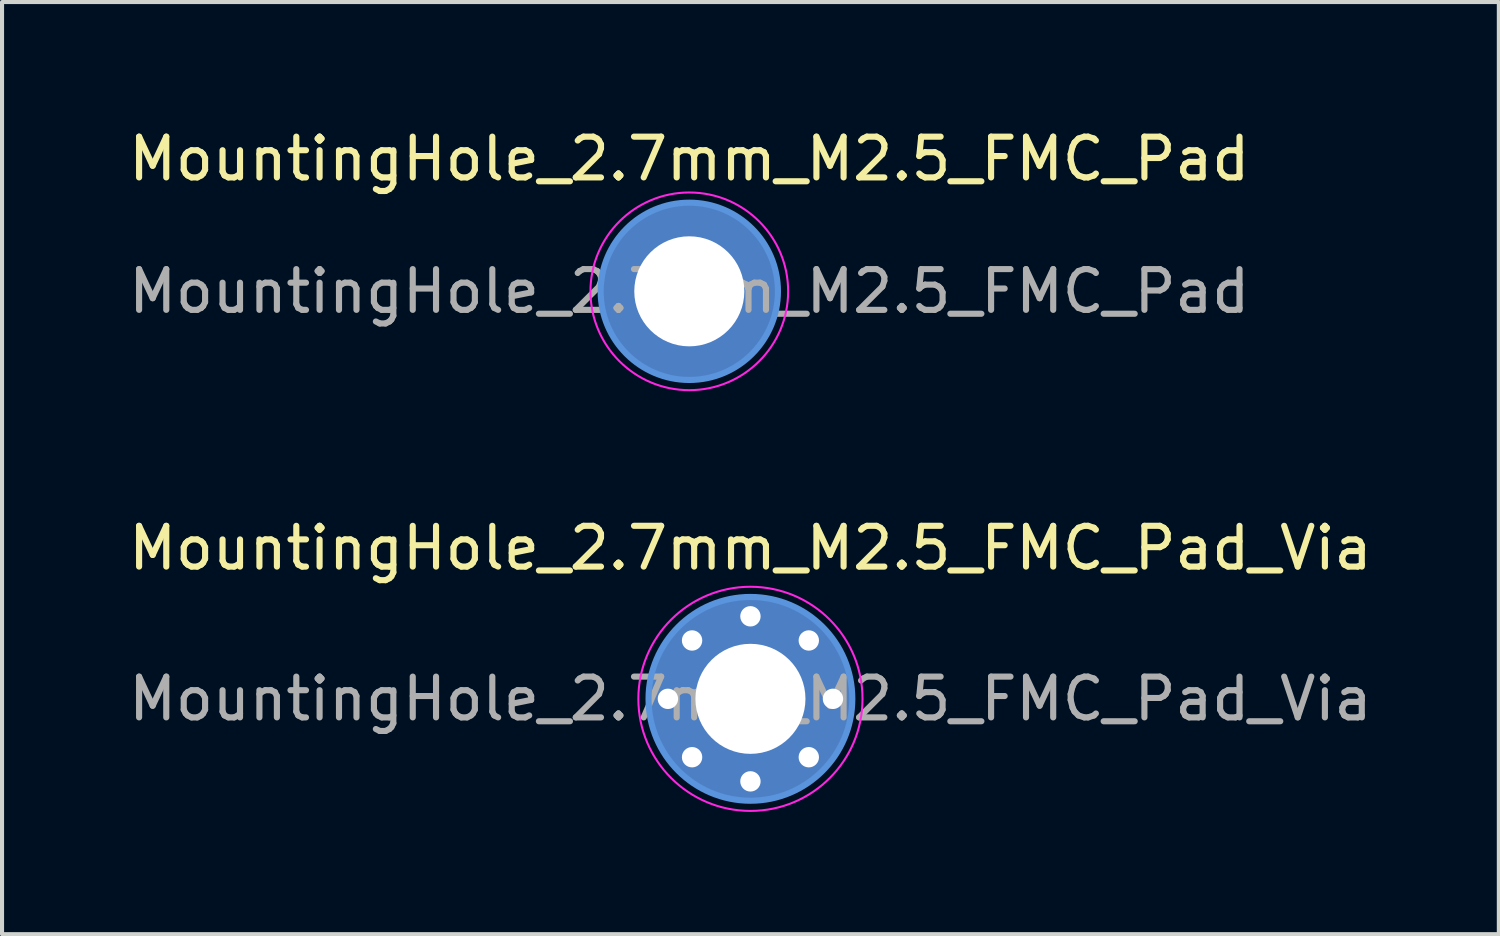
<source format=kicad_pcb>
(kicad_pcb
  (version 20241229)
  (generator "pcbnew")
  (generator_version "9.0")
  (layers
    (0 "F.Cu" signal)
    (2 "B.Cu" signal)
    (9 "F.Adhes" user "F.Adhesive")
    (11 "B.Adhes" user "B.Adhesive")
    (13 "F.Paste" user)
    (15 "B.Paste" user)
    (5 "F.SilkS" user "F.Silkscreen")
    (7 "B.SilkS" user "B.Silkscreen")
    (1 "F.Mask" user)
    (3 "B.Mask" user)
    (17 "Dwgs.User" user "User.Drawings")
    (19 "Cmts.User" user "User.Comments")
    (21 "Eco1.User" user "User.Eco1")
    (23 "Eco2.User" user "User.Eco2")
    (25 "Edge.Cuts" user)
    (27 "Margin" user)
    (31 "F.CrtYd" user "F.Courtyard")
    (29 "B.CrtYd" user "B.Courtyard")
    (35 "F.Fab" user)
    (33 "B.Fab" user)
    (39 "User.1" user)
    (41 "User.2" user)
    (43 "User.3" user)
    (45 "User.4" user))
  (footprint "MountingHole_2.7mm_M2.5_FMC_Pad_Via"
    (layer "F.Cu")
    (at 15.363 14.097)
    (property "Reference" "MountingHole_2.7mm_M2.5_FMC_Pad_Via" (at 0 -3.7 0) (layer "F.SilkS") (effects (font (size 1 1) (thickness 0.15))))
    (attr exclude_from_pos_files exclude_from_bom)
    (fp_circle (center 0 0) (end 2.5 0) (stroke (width 0.15) (type solid)) (fill no) (layer "Cmts.User"))
    (fp_circle (center 0 0) (end 2.75 0) (stroke (width 0.05) (type solid)) (fill no) (layer "F.CrtYd"))
    (fp_text user "${REFERENCE}" (at 0 0 0) (layer "F.Fab") (effects (font (size 1 1) (thickness 0.15))))
    (pad "1" thru_hole circle (at -2.025 0) (size 0.8 0.8) (drill 0.5) (layers "*.Cu" "*.Mask"))
    (pad "1" thru_hole circle (at -1.432 -1.432) (size 0.8 0.8) (drill 0.5) (layers "*.Cu" "*.Mask"))
    (pad "1" thru_hole circle (at -1.432 1.432) (size 0.8 0.8) (drill 0.5) (layers "*.Cu" "*.Mask"))
    (pad "1" thru_hole circle (at 0 -2.025) (size 0.8 0.8) (drill 0.5) (layers "*.Cu" "*.Mask"))
    (pad "1" thru_hole circle (at 0 0) (size 5 5) (drill 2.7) (layers "*.Cu" "*.Mask"))
    (pad "1" thru_hole circle (at 0 2.025) (size 0.8 0.8) (drill 0.5) (layers "*.Cu" "*.Mask"))
    (pad "1" thru_hole circle (at 1.432 -1.432) (size 0.8 0.8) (drill 0.5) (layers "*.Cu" "*.Mask"))
    (pad "1" thru_hole circle (at 1.432 1.432) (size 0.8 0.8) (drill 0.5) (layers "*.Cu" "*.Mask"))
    (pad "1" thru_hole circle (at 2.025 0) (size 0.8 0.8) (drill 0.5) (layers "*.Cu" "*.Mask")))
  (footprint "MountingHole_2.7mm_M2.5_FMC_Pad"
    (layer "F.Cu")
    (at 13.863 4.098)
    (property "Reference" "MountingHole_2.7mm_M2.5_FMC_Pad" (at 0 -3.25 0) (layer "F.SilkS") (effects (font (size 1 1) (thickness 0.15))))
    (attr exclude_from_pos_files exclude_from_bom)
    (fp_circle (center 0 0) (end 2.175 0) (stroke (width 0.15) (type solid)) (fill no) (layer "Cmts.User"))
    (fp_circle (center 0 0) (end 2.425 0) (stroke (width 0.05) (type solid)) (fill no) (layer "F.CrtYd"))
    (fp_text user "${REFERENCE}" (at 0 0 0) (layer "F.Fab") (effects (font (size 1 1) (thickness 0.15))))
    (pad "1" thru_hole circle (at 0 0) (size 4.35 4.35) (drill 2.7) (layers "*.Cu" "*.Mask")))
  (gr_rect
    (start -3 -3)
    (end 33.726 19.872)
    (stroke (width 0.1) (type default))
    (fill no)
    (layer "Edge.Cuts")))
</source>
